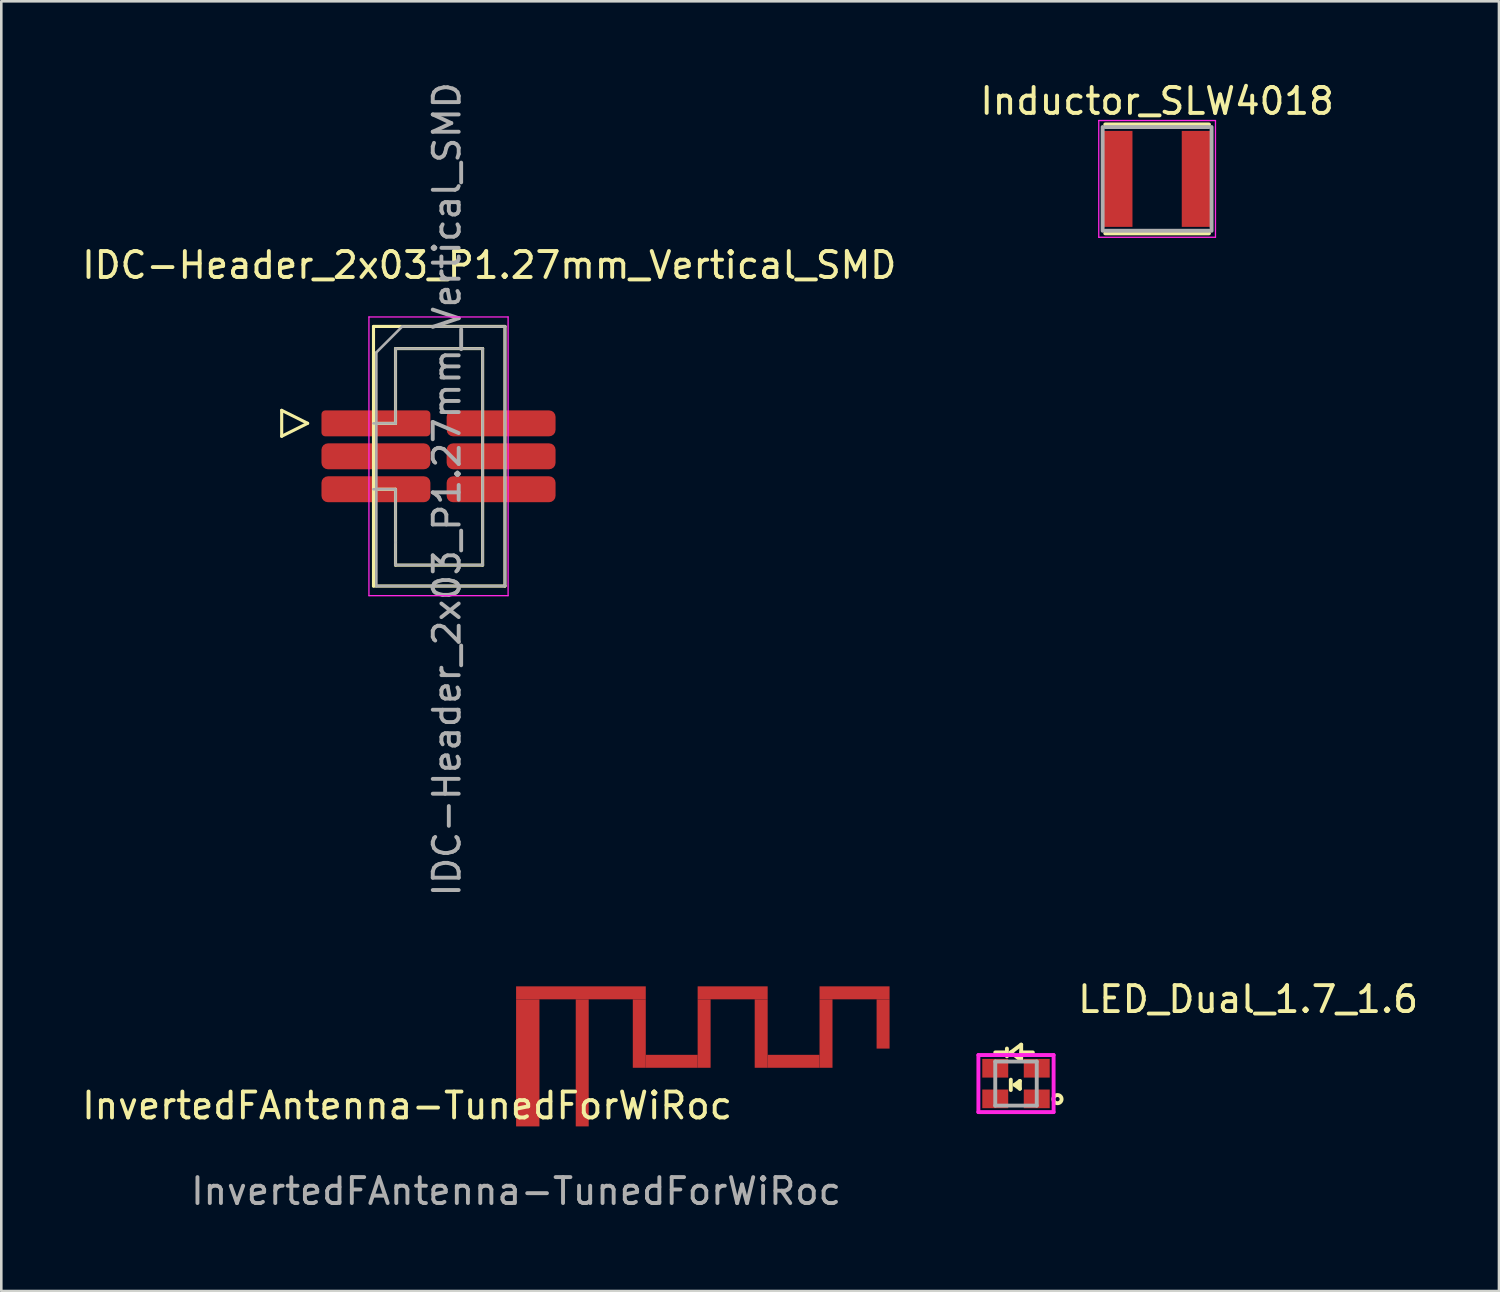
<source format=kicad_pcb>
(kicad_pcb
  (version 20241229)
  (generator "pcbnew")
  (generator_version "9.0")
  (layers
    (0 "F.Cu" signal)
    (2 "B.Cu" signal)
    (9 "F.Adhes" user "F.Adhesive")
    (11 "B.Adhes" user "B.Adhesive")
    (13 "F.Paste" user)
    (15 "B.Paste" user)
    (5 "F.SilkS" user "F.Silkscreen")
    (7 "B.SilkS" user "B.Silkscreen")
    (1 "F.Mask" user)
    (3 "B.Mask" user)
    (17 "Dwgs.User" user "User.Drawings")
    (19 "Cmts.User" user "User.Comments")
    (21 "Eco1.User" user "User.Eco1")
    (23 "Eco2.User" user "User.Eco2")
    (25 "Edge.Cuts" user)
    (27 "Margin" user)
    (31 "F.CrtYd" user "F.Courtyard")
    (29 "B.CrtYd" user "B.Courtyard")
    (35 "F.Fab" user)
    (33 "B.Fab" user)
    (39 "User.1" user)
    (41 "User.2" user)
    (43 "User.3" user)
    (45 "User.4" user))
  (footprint "IDC-Header_2x03_P1.27mm_Vertical_SMD"
    (layer "F.Cu")
    (at 11.445 13.274)
    (property "Reference" "IDC-Header_2x03_P1.27mm_Vertical_SMD" (at 4.37 -6.1 0) (layer "F.SilkS") (effects (font (size 1 1) (thickness 0.15))))
    (attr through_hole)
    (fp_line (start -3.634 -0.502) (end -3.634 0.497) (stroke (width 0.12) (type solid)) (layer "F.SilkS"))
    (fp_line (start -3.634 0.497) (end -2.634 -0.003) (stroke (width 0.12) (type solid)) (layer "F.SilkS"))
    (fp_line (start -2.634 -0.003) (end -3.634 -0.502) (stroke (width 0.12) (type solid)) (layer "F.SilkS"))
    (fp_line (start -0.094 -3.737) (end 4.975 -3.737) (stroke (width 0.12) (type solid)) (layer "F.SilkS"))
    (fp_line (start -0.094 0) (end 0.755 0) (stroke (width 0.12) (type solid)) (layer "F.SilkS"))
    (fp_line (start -0.094 6.272) (end -0.094 -3.737) (stroke (width 0.12) (type solid)) (layer "F.SilkS"))
    (fp_line (start 0.755 -2.884) (end 4.114 -2.884) (stroke (width 0.12) (type solid)) (layer "F.SilkS"))
    (fp_line (start 0.755 0.001) (end 0.755 -2.884) (stroke (width 0.12) (type solid)) (layer "F.SilkS"))
    (fp_line (start 0.755 2.54) (end -0.094 2.54) (stroke (width 0.12) (type solid)) (layer "F.SilkS"))
    (fp_line (start 0.755 4.591) (end 0.755 4.591) (stroke (width 0.12) (type solid)) (layer "F.SilkS"))
    (fp_line (start 0.755 5.466) (end 0.755 2.541) (stroke (width 0.12) (type solid)) (layer "F.SilkS"))
    (fp_line (start 4.114 -2.884) (end 4.114 5.466) (stroke (width 0.12) (type solid)) (layer "F.SilkS"))
    (fp_line (start 4.114 5.466) (end 0.755 5.466) (stroke (width 0.12) (type solid)) (layer "F.SilkS"))
    (fp_line (start 4.975 -3.737) (end 4.975 6.272) (stroke (width 0.12) (type solid)) (layer "F.SilkS"))
    (fp_line (start 4.975 6.272) (end -0.094 6.272) (stroke (width 0.12) (type solid)) (layer "F.SilkS"))
    (fp_line (start -0.27 -4.103) (end -0.27 6.643) (stroke (width 0.05) (type solid)) (layer "F.CrtYd"))
    (fp_line (start -0.27 6.643) (end 5.096 6.643) (stroke (width 0.05) (type solid)) (layer "F.CrtYd"))
    (fp_line (start 5.096 -4.103) (end -0.27 -4.103) (stroke (width 0.05) (type solid)) (layer "F.CrtYd"))
    (fp_line (start 5.096 6.643) (end 5.096 -4.103) (stroke (width 0.05) (type solid)) (layer "F.CrtYd"))
    (fp_line (start -0.094 0) (end 0.755 0) (stroke (width 0.1) (type solid)) (layer "F.Fab"))
    (fp_line (start 0.016 -2.737) (end 1.016 -3.737) (stroke (width 0.1) (type solid)) (layer "F.Fab"))
    (fp_line (start 0.016 6.272) (end 0.016 -2.737) (stroke (width 0.1) (type solid)) (layer "F.Fab"))
    (fp_line (start 0.755 -2.884) (end 4.114 -2.884) (stroke (width 0.1) (type solid)) (layer "F.Fab"))
    (fp_line (start 0.755 0.001) (end 0.755 -2.884) (stroke (width 0.1) (type solid)) (layer "F.Fab"))
    (fp_line (start 0.755 2.54) (end -0.094 2.54) (stroke (width 0.1) (type solid)) (layer "F.Fab"))
    (fp_line (start 0.755 4.591) (end 0.755 4.591) (stroke (width 0.1) (type solid)) (layer "F.Fab"))
    (fp_line (start 0.755 5.461) (end 0.755 2.541) (stroke (width 0.1) (type solid)) (layer "F.Fab"))
    (fp_line (start 1.016 -3.732) (end 4.975 -3.732) (stroke (width 0.1) (type solid)) (layer "F.Fab"))
    (fp_line (start 4.114 -2.884) (end 4.114 5.461) (stroke (width 0.1) (type solid)) (layer "F.Fab"))
    (fp_line (start 4.114 5.461) (end 0.755 5.461) (stroke (width 0.1) (type solid)) (layer "F.Fab"))
    (fp_line (start 4.975 -3.732) (end 4.975 6.272) (stroke (width 0.1) (type solid)) (layer "F.Fab"))
    (fp_line (start 4.975 6.272) (end 0.016 6.272) (stroke (width 0.1) (type solid)) (layer "F.Fab"))
    (fp_text user "${REFERENCE}" (at 2.736 2.541 90) (layer "F.Fab") (effects (font (size 1 1) (thickness 0.15))))
    (pad "1" smd roundrect (at 0 0) (size 4.2 1) (layers "F.Cu" "F.Mask" "F.Paste") (roundrect_rratio 0.147))
    (pad "2" smd roundrect (at 4.826 0) (size 4.2 1) (layers "F.Cu" "F.Mask" "F.Paste") (roundrect_rratio 0.25))
    (pad "3" smd roundrect (at 0 1.27) (size 4.2 1) (layers "F.Cu" "F.Mask" "F.Paste") (roundrect_rratio 0.25))
    (pad "4" smd roundrect (at 4.826 1.27) (size 4.2 1) (layers "F.Cu" "F.Mask" "F.Paste") (roundrect_rratio 0.25))
    (pad "5" smd roundrect (at 0 2.54) (size 4.2 1) (layers "F.Cu" "F.Mask" "F.Paste") (roundrect_rratio 0.25))
    (pad "6" smd roundrect (at 4.826 2.54) (size 4.2 1) (layers "F.Cu" "F.Mask" "F.Paste") (roundrect_rratio 0.25)))
  (footprint "InvertedFAntenna-TunedForWiRoc"
    (layer "F.Cu")
    (at 16.849 40.381)
    (property "Reference" "InvertedFAntenna-TunedForWiRoc" (at -4.2 -0.8 0) (unlocked yes) (layer "F.SilkS") (effects (font (size 1 1) (thickness 0.15))))
    (attr smd)
    (fp_rect (start 0 -5.4) (end 5 -4.9) (stroke (width 0) (type solid)) (fill yes) (layer "F.Cu"))
    (fp_rect (start 0 0) (end 0.9 -4.9) (stroke (width 0) (type solid)) (fill yes) (layer "F.Cu"))
    (fp_rect (start 2.3 0) (end 2.8 -4.9) (stroke (width 0) (type solid)) (fill yes) (layer "F.Cu"))
    (fp_rect (start 4.5 -4.9) (end 5 -2.26) (stroke (width 0) (type solid)) (fill yes) (layer "F.Cu"))
    (fp_rect (start 5 -2.76) (end 7 -2.26) (stroke (width 0) (type solid)) (fill yes) (layer "F.Cu"))
    (fp_rect (start 7 -5.4) (end 9.7 -4.9) (stroke (width 0) (type solid)) (fill yes) (layer "F.Cu"))
    (fp_rect (start 7 -4.9) (end 7.5 -2.26) (stroke (width 0) (type solid)) (fill yes) (layer "F.Cu"))
    (fp_rect (start 9.2 -4.9) (end 9.7 -2.26) (stroke (width 0) (type solid)) (fill yes) (layer "F.Cu"))
    (fp_rect (start 9.7 -2.76) (end 11.7 -2.26) (stroke (width 0) (type solid)) (fill yes) (layer "F.Cu"))
    (fp_rect (start 11.7 -5.4) (end 14.4 -4.9) (stroke (width 0) (type solid)) (fill yes) (layer "F.Cu"))
    (fp_rect (start 11.7 -2.26) (end 12.2 -4.9) (stroke (width 0) (type solid)) (fill yes) (layer "F.Cu"))
    (fp_rect (start 13.9 -4.9) (end 14.4 -3) (stroke (width 0) (type solid)) (fill yes) (layer "F.Cu"))
    (fp_line (start -0.5 -5.7) (end -0.5 0) (stroke (width 0.1) (type solid)) (layer "Margin"))
    (fp_line (start -0.5 -0.5) (end 14.7 -0.5) (stroke (width 0.1) (type solid)) (layer "Margin"))
    (fp_line (start -0.5 0) (end 14.7 0) (stroke (width 0.1) (type solid)) (layer "Margin"))
    (fp_line (start 14.7 -5.7) (end -0.5 -5.7) (stroke (width 0.1) (type solid)) (layer "Margin"))
    (fp_line (start 14.7 0) (end 14.7 -5.7) (stroke (width 0.1) (type solid)) (layer "Margin"))
    (fp_text user "${REFERENCE}" (at 0 2.5 0) (unlocked yes) (layer "F.Fab") (effects (font (size 1 1) (thickness 0.15))))
    (pad "1" smd circle (at 2.55 -0.25) (size 0.4 0.4) (layers "F.Cu" "F.Mask" "F.Paste"))
    (pad "2" smd circle (at 0.45 -0.25) (size 0.4 0.4) (layers "F.Cu" "F.Mask" "F.Paste")))
  (footprint "Inductor_SLW4018"
    (layer "F.Cu")
    (at 41.565 3.848)
    (property "Reference" "Inductor_SLW4018" (at 0 -3 0) (layer "F.SilkS") (effects (font (size 1 1) (thickness 0.15))))
    (attr smd)
    (fp_line (start -2 -2.1) (end 2 -2.1) (stroke (width 0.15) (type solid)) (layer "F.SilkS"))
    (fp_line (start -2 2.1) (end 2 2.1) (stroke (width 0.15) (type solid)) (layer "F.SilkS"))
    (fp_line (start -2.25 -2.25) (end -2.25 2.25) (stroke (width 0.05) (type solid)) (layer "F.CrtYd"))
    (fp_line (start -2.25 2.25) (end 2.25 2.25) (stroke (width 0.05) (type solid)) (layer "F.CrtYd"))
    (fp_line (start 2.25 -2.25) (end -2.25 -2.25) (stroke (width 0.05) (type solid)) (layer "F.CrtYd"))
    (fp_line (start 2.25 2.25) (end 2.25 -2.25) (stroke (width 0.05) (type solid)) (layer "F.CrtYd"))
    (fp_line (start -2.1 -2) (end -2.1 2) (stroke (width 0.15) (type solid)) (layer "F.Fab"))
    (fp_line (start -2 2) (end 2 2) (stroke (width 0.15) (type solid)) (layer "F.Fab"))
    (fp_line (start 2 -2) (end -2 -2) (stroke (width 0.15) (type solid)) (layer "F.Fab"))
    (fp_line (start 2.1 2) (end 2.1 -2) (stroke (width 0.15) (type solid)) (layer "F.Fab"))
    (pad "1" smd rect (at -1.5 0) (size 1.1 3.7) (layers "F.Cu" "F.Mask" "F.Paste"))
    (pad "2" smd rect (at 1.5 0) (size 1.1 3.7) (layers "F.Cu" "F.Mask" "F.Paste")))
  (footprint "LED_Dual_1.7_1.6"
    (layer "F.Cu")
    (at 36.124 38.729)
    (property "Reference" "LED_Dual_1.7_1.6" (at 8.95 -3.25 0) (layer "F.SilkS") (effects (font (size 1 1) (thickness 0.15))))
    (attr smd)
    (fp_line (start -0.4 -1.2) (end -0.8 -1.2) (stroke (width 0.15) (type solid)) (layer "F.SilkS"))
    (fp_line (start -0.35 -1.35) (end -0.35 -1.05) (stroke (width 0.15) (type solid)) (layer "F.SilkS"))
    (fp_line (start -0.2 -1.2) (end 0.2 -0.9) (stroke (width 0.15) (type solid)) (layer "F.SilkS"))
    (fp_line (start -0.2 -0.15) (end -0.2 0.25) (stroke (width 0.15) (type solid)) (layer "F.SilkS"))
    (fp_line (start -0.05 0.05) (end 0.15 -0.1) (stroke (width 0.15) (type solid)) (layer "F.SilkS"))
    (fp_line (start 0.15 -0.1) (end 0.15 0.2) (stroke (width 0.15) (type solid)) (layer "F.SilkS"))
    (fp_line (start 0.15 0.2) (end -0.05 0.05) (stroke (width 0.15) (type solid)) (layer "F.SilkS"))
    (fp_line (start 0.2 -1.5) (end -0.2 -1.2) (stroke (width 0.15) (type solid)) (layer "F.SilkS"))
    (fp_line (start 0.2 -1.5) (end 0.2 -0.9) (stroke (width 0.15) (type solid)) (layer "F.SilkS"))
    (fp_line (start 0.2 -1.2) (end 0.65 -1.2) (stroke (width 0.15) (type solid)) (layer "F.SilkS"))
    (fp_circle (center 1.6 0.6) (end 1.75 0.65) (stroke (width 0.15) (type solid)) (fill no) (layer "F.SilkS"))
    (fp_line (start -1.45 -1.1) (end -1.45 1.1) (stroke (width 0.15) (type solid)) (layer "F.CrtYd"))
    (fp_line (start -1.45 1.1) (end 1.45 1.1) (stroke (width 0.15) (type solid)) (layer "F.CrtYd"))
    (fp_line (start 1.45 -1.1) (end -1.45 -1.1) (stroke (width 0.15) (type solid)) (layer "F.CrtYd"))
    (fp_line (start 1.45 1.1) (end 1.45 -1.1) (stroke (width 0.15) (type solid)) (layer "F.CrtYd"))
    (fp_line (start -0.8 -0.85) (end -0.8 0.85) (stroke (width 0.15) (type solid)) (layer "F.Fab"))
    (fp_line (start -0.8 -0.85) (end 0.8 -0.85) (stroke (width 0.15) (type solid)) (layer "F.Fab"))
    (fp_line (start -0.8 0.85) (end 0.8 0.85) (stroke (width 0.15) (type solid)) (layer "F.Fab"))
    (fp_line (start 0.8 0.85) (end 0.8 -0.85) (stroke (width 0.15) (type solid)) (layer "F.Fab"))
    (pad "1" smd rect (at 0.8 0.59) (size 1 0.72) (layers "F.Cu" "F.Mask" "F.Paste"))
    (pad "2" smd rect (at -0.8 0.59) (size 1 0.72) (layers "F.Cu" "F.Mask" "F.Paste"))
    (pad "3" smd rect (at -0.8 -0.59) (size 1 0.72) (layers "F.Cu" "F.Mask" "F.Paste"))
    (pad "4" smd rect (at 0.8 -0.59) (size 1 0.72) (layers "F.Cu" "F.Mask" "F.Paste")))
  (gr_rect
    (start -3 -3)
    (end 54.746 46.729)
    (stroke (width 0.1) (type default))
    (fill no)
    (layer "Edge.Cuts")))
</source>
